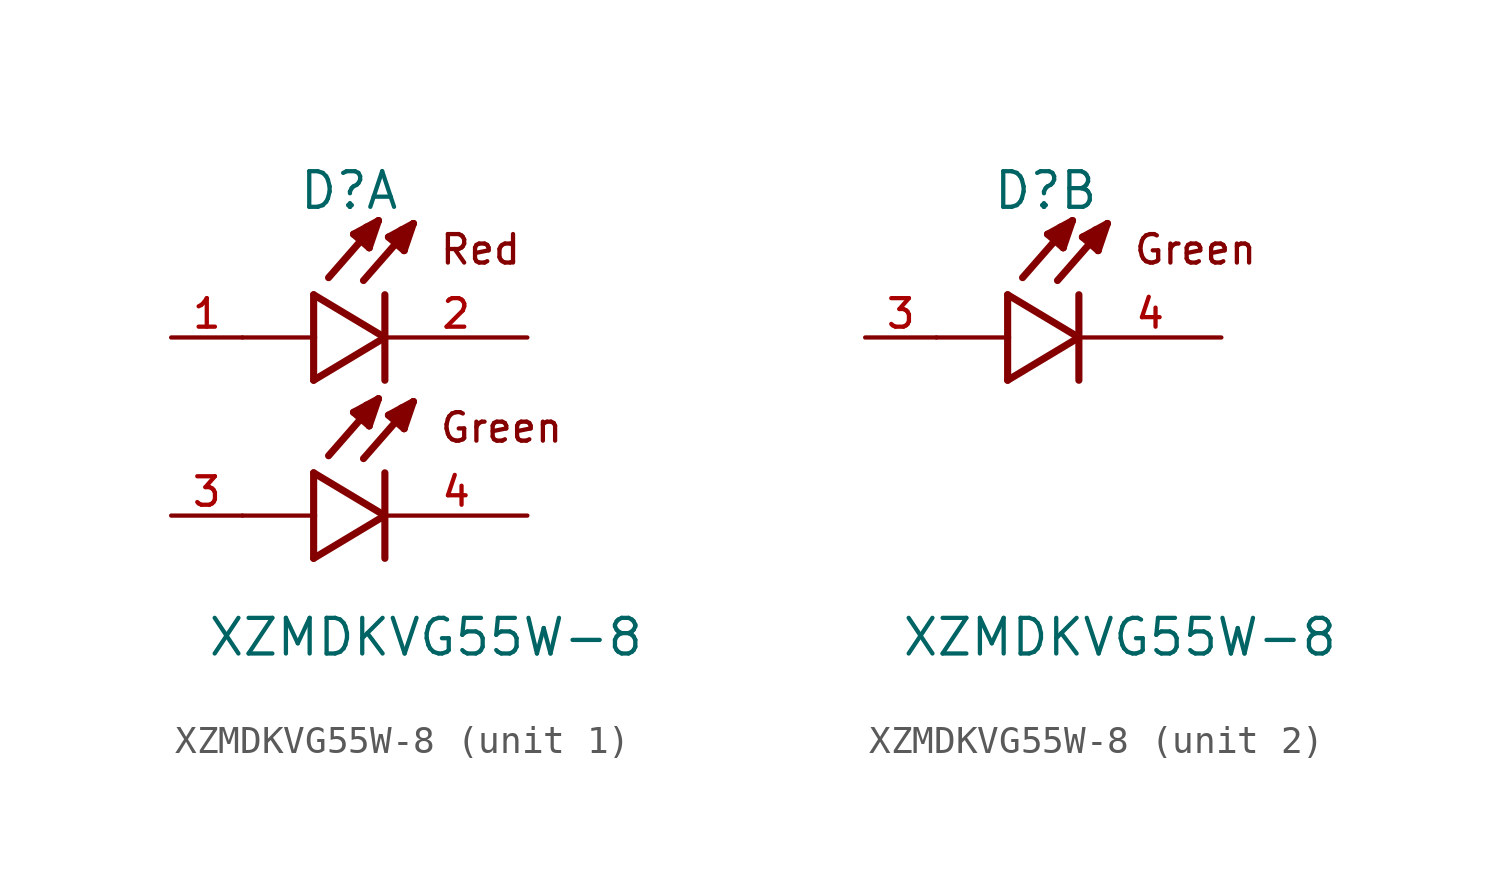
<source format=kicad_sym>
(kicad_symbol_lib
  (version 20220914)
  (generator kicad_symbol_editor)
  (symbol "XZMDKVG55W-8"
    (pin_names
      (offset 1.016) hide)
    (property "Reference" "D"
      (at -3.099 4.496 0)
      (effects (font (size 1.27 1.27)) (justify left bottom)))
    (property "Value" "XZMDKVG55W-8"
      (at -6.35 -11.43 0)
      (effects (font (size 1.27 1.27)) (justify left bottom)))
    (symbol "XZMDKVG55W-8_1_0"
      (polyline (pts (xy -2.54 -7.874) (xy 0 -6.35)) (stroke (width 0.254) (type default)) (fill (type none)))
      (polyline (pts (xy -2.54 -6.35) (xy -5.08 -6.35)) (stroke (width 0.152) (type default)) (fill (type none)))
      (polyline (pts (xy -2.54 -6.35) (xy -2.54 -7.874)) (stroke (width 0.254) (type default)) (fill (type none)))
      (polyline (pts (xy -2.54 -4.826) (xy -2.54 -6.35)) (stroke (width 0.254) (type default)) (fill (type none)))
      (polyline (pts (xy -2.54 -1.524) (xy 0 0)) (stroke (width 0.254) (type default)) (fill (type none)))
      (polyline (pts (xy -2.54 0) (xy -5.08 0)) (stroke (width 0.152) (type default)) (fill (type none)))
      (polyline (pts (xy -2.54 0) (xy -2.54 -1.524)) (stroke (width 0.254) (type default)) (fill (type none)))
      (polyline (pts (xy -2.54 1.524) (xy -2.54 0)) (stroke (width 0.254) (type default)) (fill (type none)))
      (polyline (pts (xy -1.118 -2.667) (xy -0.229 -2.184)) (stroke (width 0.254) (type default)) (fill (type none)))
      (polyline (pts (xy -1.118 3.683) (xy -0.229 4.166)) (stroke (width 0.254) (type default)) (fill (type none)))
      (polyline (pts (xy -0.94 -2.743) (xy -0.711 -2.591)) (stroke (width 0.254) (type default)) (fill (type none)))
      (polyline (pts (xy -0.94 3.607) (xy -0.711 3.759)) (stroke (width 0.254) (type default)) (fill (type none)))
      (polyline (pts (xy -0.559 -3.15) (xy -1.118 -2.667)) (stroke (width 0.254) (type default)) (fill (type none)))
      (polyline (pts (xy -0.559 -3.15) (xy -0.533 -2.413)) (stroke (width 0.254) (type default)) (fill (type none)))
      (polyline (pts (xy -0.559 3.2) (xy -1.118 3.683)) (stroke (width 0.254) (type default)) (fill (type none)))
      (polyline (pts (xy -0.559 3.2) (xy -0.533 3.937)) (stroke (width 0.254) (type default)) (fill (type none)))
      (polyline (pts (xy -0.533 -2.413) (xy -0.66 -2.413)) (stroke (width 0.254) (type default)) (fill (type none)))
      (polyline (pts (xy -0.533 3.937) (xy -0.66 3.937)) (stroke (width 0.254) (type default)) (fill (type none)))
      (polyline (pts (xy -0.229 -2.184) (xy -2.007 -4.216)) (stroke (width 0.254) (type default)) (fill (type none)))
      (polyline (pts (xy -0.229 -2.184) (xy -0.559 -3.15)) (stroke (width 0.254) (type default)) (fill (type none)))
      (polyline (pts (xy -0.229 4.166) (xy -2.007 2.134)) (stroke (width 0.254) (type default)) (fill (type none)))
      (polyline (pts (xy -0.229 4.166) (xy -0.559 3.2)) (stroke (width 0.254) (type default)) (fill (type none)))
      (polyline (pts (xy 0 -6.35) (xy -2.54 -4.826)) (stroke (width 0.254) (type default)) (fill (type none)))
      (polyline (pts (xy 0 -4.826) (xy 0 -7.874)) (stroke (width 0.254) (type default)) (fill (type none)))
      (polyline (pts (xy 0 0) (xy -2.54 1.524)) (stroke (width 0.254) (type default)) (fill (type none)))
      (polyline (pts (xy 0 1.524) (xy 0 -1.524)) (stroke (width 0.254) (type default)) (fill (type none)))
      (polyline (pts (xy 0.127 -2.769) (xy 1.016 -2.286)) (stroke (width 0.254) (type default)) (fill (type none)))
      (polyline (pts (xy 0.127 3.581) (xy 1.016 4.064)) (stroke (width 0.254) (type default)) (fill (type none)))
      (polyline (pts (xy 0.305 -2.845) (xy 0.533 -2.692)) (stroke (width 0.254) (type default)) (fill (type none)))
      (polyline (pts (xy 0.305 3.505) (xy 0.533 3.658)) (stroke (width 0.254) (type default)) (fill (type none)))
      (polyline (pts (xy 0.686 -3.251) (xy 0.127 -2.769)) (stroke (width 0.254) (type default)) (fill (type none)))
      (polyline (pts (xy 0.686 -3.251) (xy 0.711 -2.515)) (stroke (width 0.254) (type default)) (fill (type none)))
      (polyline (pts (xy 0.686 3.099) (xy 0.127 3.581)) (stroke (width 0.254) (type default)) (fill (type none)))
      (polyline (pts (xy 0.686 3.099) (xy 0.711 3.835)) (stroke (width 0.254) (type default)) (fill (type none)))
      (polyline (pts (xy 0.711 -2.515) (xy 0.584 -2.515)) (stroke (width 0.254) (type default)) (fill (type none)))
      (polyline (pts (xy 0.711 3.835) (xy 0.584 3.835)) (stroke (width 0.254) (type default)) (fill (type none)))
      (polyline (pts (xy 1.016 -2.286) (xy -0.762 -4.318)) (stroke (width 0.254) (type default)) (fill (type none)))
      (polyline (pts (xy 1.016 -2.286) (xy 0.686 -3.251)) (stroke (width 0.254) (type default)) (fill (type none)))
      (polyline (pts (xy 1.016 4.064) (xy -0.762 2.032)) (stroke (width 0.254) (type default)) (fill (type none)))
      (polyline (pts (xy 1.016 4.064) (xy 0.686 3.099)) (stroke (width 0.254) (type default)) (fill (type none)))
      (text "Green\n" (at 1.905 -3.81 0) (effects (font (size 1.016 1.016)) (justify left bottom)))
      (text "Red" (at 1.905 2.54 0) (effects (font (size 1.016 1.016)) (justify left bottom)))
      (pin passive line (at -7.62 0 0) (length 2.54) (name "~" (effects (font (size 1.016 1.016)))) (number "1" (effects (font (size 1.016 1.016)))))
      (pin passive line (at 5.08 0 180) (length 5.08) (name "~" (effects (font (size 1.016 1.016)))) (number "2" (effects (font (size 1.016 1.016)))))
      (pin passive line (at -7.62 -6.35 0) (length 2.54) (name "~" (effects (font (size 1.016 1.016)))) (number "3" (effects (font (size 1.016 1.016)))))
      (pin passive line (at 5.08 -6.35 180) (length 5.08) (name "~" (effects (font (size 1.016 1.016)))) (number "4" (effects (font (size 1.016 1.016))))))
    (symbol "XZMDKVG55W-8_2_0"
      (polyline (pts (xy -2.54 -1.524) (xy 0 0)) (stroke (width 0.254) (type default)) (fill (type none)))
      (polyline (pts (xy -2.54 0) (xy -5.08 0)) (stroke (width 0.152) (type default)) (fill (type none)))
      (polyline (pts (xy -2.54 0) (xy -2.54 -1.524)) (stroke (width 0.254) (type default)) (fill (type none)))
      (polyline (pts (xy -2.54 1.524) (xy -2.54 0)) (stroke (width 0.254) (type default)) (fill (type none)))
      (polyline (pts (xy -1.118 3.683) (xy -0.229 4.166)) (stroke (width 0.254) (type default)) (fill (type none)))
      (polyline (pts (xy -0.94 3.607) (xy -0.711 3.759)) (stroke (width 0.254) (type default)) (fill (type none)))
      (polyline (pts (xy -0.559 3.2) (xy -1.118 3.683)) (stroke (width 0.254) (type default)) (fill (type none)))
      (polyline (pts (xy -0.559 3.2) (xy -0.533 3.937)) (stroke (width 0.254) (type default)) (fill (type none)))
      (polyline (pts (xy -0.533 3.937) (xy -0.66 3.937)) (stroke (width 0.254) (type default)) (fill (type none)))
      (polyline (pts (xy -0.229 4.166) (xy -2.007 2.134)) (stroke (width 0.254) (type default)) (fill (type none)))
      (polyline (pts (xy -0.229 4.166) (xy -0.559 3.2)) (stroke (width 0.254) (type default)) (fill (type none)))
      (polyline (pts (xy 0 0) (xy -2.54 1.524)) (stroke (width 0.254) (type default)) (fill (type none)))
      (polyline (pts (xy 0 1.524) (xy 0 -1.524)) (stroke (width 0.254) (type default)) (fill (type none)))
      (polyline (pts (xy 0.127 3.581) (xy 1.016 4.064)) (stroke (width 0.254) (type default)) (fill (type none)))
      (polyline (pts (xy 0.305 3.505) (xy 0.533 3.658)) (stroke (width 0.254) (type default)) (fill (type none)))
      (polyline (pts (xy 0.686 3.099) (xy 0.127 3.581)) (stroke (width 0.254) (type default)) (fill (type none)))
      (polyline (pts (xy 0.686 3.099) (xy 0.711 3.835)) (stroke (width 0.254) (type default)) (fill (type none)))
      (polyline (pts (xy 0.711 3.835) (xy 0.584 3.835)) (stroke (width 0.254) (type default)) (fill (type none)))
      (polyline (pts (xy 1.016 4.064) (xy -0.762 2.032)) (stroke (width 0.254) (type default)) (fill (type none)))
      (polyline (pts (xy 1.016 4.064) (xy 0.686 3.099)) (stroke (width 0.254) (type default)) (fill (type none)))
      (text "Green" (at 1.905 2.54 0) (effects (font (size 1.016 1.016)) (justify left bottom)))
      (pin passive line (at -7.62 0 0) (length 2.54) (name "~" (effects (font (size 1.016 1.016)))) (number "3" (effects (font (size 1.016 1.016)))))
      (pin passive line (at 5.08 0 180) (length 5.08) (name "~" (effects (font (size 1.016 1.016)))) (number "4" (effects (font (size 1.016 1.016))))))))
</source>
